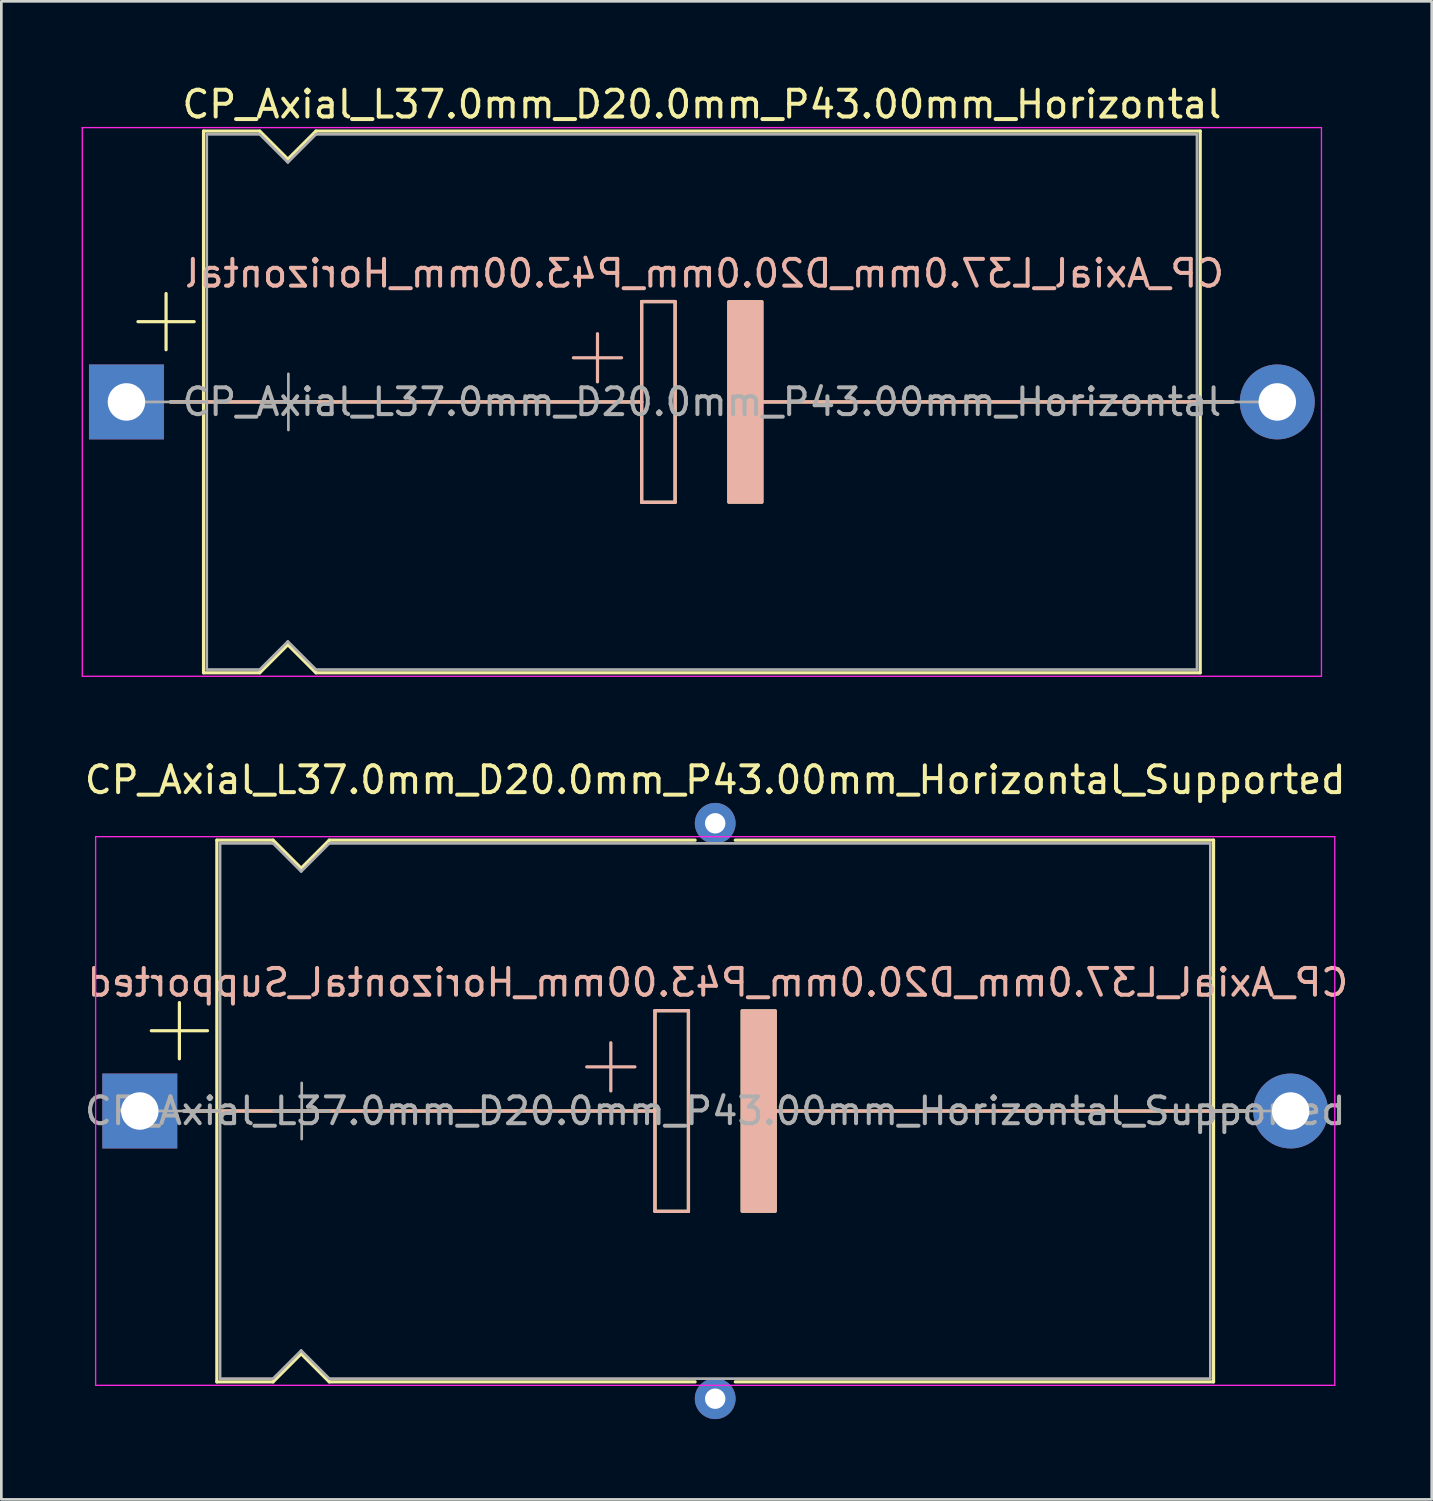
<source format=kicad_pcb>
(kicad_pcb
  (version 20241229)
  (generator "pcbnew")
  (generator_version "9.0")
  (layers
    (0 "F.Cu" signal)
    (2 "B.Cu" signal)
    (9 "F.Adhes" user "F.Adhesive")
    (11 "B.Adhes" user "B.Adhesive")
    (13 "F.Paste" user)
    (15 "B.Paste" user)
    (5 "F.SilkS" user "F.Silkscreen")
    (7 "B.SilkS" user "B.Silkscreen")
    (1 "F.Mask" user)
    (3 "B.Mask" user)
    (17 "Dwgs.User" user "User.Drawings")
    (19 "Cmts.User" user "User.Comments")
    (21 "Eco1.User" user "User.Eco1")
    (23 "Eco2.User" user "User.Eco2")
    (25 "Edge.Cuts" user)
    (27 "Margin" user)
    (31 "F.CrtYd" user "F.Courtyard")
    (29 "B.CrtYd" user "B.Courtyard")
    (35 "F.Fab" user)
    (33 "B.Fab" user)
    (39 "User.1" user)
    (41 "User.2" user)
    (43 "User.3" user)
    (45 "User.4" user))
  (footprint "CP_Axial_L37.0mm_D20.0mm_P43.00mm_Horizontal_Supported"
    (layer "F.Cu")
    (at 2.173 38.462)
    (property "Reference" "CP_Axial_L37.0mm_D20.0mm_P43.00mm_Horizontal_Supported" (at 21.5 -12.37 0) (layer "F.SilkS") (effects (font (size 1 1) (thickness 0.15))))
    (fp_line (start 0.43 -3) (end 2.53 -3) (stroke (width 0.12) (type solid)) (layer "F.SilkS"))
    (fp_line (start 1.48 -4.05) (end 1.48 -1.95) (stroke (width 0.12) (type solid)) (layer "F.SilkS"))
    (fp_line (start 1.64 0) (end 2.88 0) (stroke (width 0.12) (type solid)) (layer "F.SilkS"))
    (fp_line (start 2.88 -10.12) (end 2.88 10.12) (stroke (width 0.12) (type solid)) (layer "F.SilkS"))
    (fp_line (start 2.88 -10.12) (end 4.98 -10.12) (stroke (width 0.12) (type solid)) (layer "F.SilkS"))
    (fp_line (start 2.88 0) (end 19.25 0) (stroke (width 0.12) (type solid)) (layer "F.SilkS"))
    (fp_line (start 2.88 10.12) (end 4.98 10.12) (stroke (width 0.12) (type solid)) (layer "F.SilkS"))
    (fp_line (start 4.98 -10.12) (end 6.03 -9.07) (stroke (width 0.12) (type solid)) (layer "F.SilkS"))
    (fp_line (start 4.98 10.12) (end 6.03 9.07) (stroke (width 0.12) (type solid)) (layer "F.SilkS"))
    (fp_line (start 6.03 -9.07) (end 7.08 -10.12) (stroke (width 0.12) (type solid)) (layer "F.SilkS"))
    (fp_line (start 6.03 9.07) (end 7.08 10.12) (stroke (width 0.12) (type solid)) (layer "F.SilkS"))
    (fp_line (start 7.08 -10.12) (end 20.75 -10.12) (stroke (width 0.12) (type solid)) (layer "F.SilkS"))
    (fp_line (start 7.08 10.12) (end 20.75 10.12) (stroke (width 0.12) (type solid)) (layer "F.SilkS"))
    (fp_line (start 19.25 -3.75) (end 20.5 -3.75) (stroke (width 0.12) (type solid)) (layer "F.SilkS"))
    (fp_line (start 19.25 0) (end 19.25 -3.75) (stroke (width 0.12) (type solid)) (layer "F.SilkS"))
    (fp_line (start 19.25 3.75) (end 19.25 0) (stroke (width 0.12) (type solid)) (layer "F.SilkS"))
    (fp_line (start 20.5 -3.75) (end 20.5 3.75) (stroke (width 0.12) (type solid)) (layer "F.SilkS"))
    (fp_line (start 20.5 3.75) (end 19.25 3.75) (stroke (width 0.12) (type solid)) (layer "F.SilkS"))
    (fp_line (start 22.25 -10.12) (end 40.12 -10.12) (stroke (width 0.12) (type solid)) (layer "F.SilkS"))
    (fp_line (start 22.25 10.12) (end 40.12 10.12) (stroke (width 0.12) (type solid)) (layer "F.SilkS"))
    (fp_line (start 23.75 0) (end 40.12 0) (stroke (width 0.12) (type solid)) (layer "F.SilkS"))
    (fp_line (start 40.12 -10.12) (end 40.12 10.12) (stroke (width 0.12) (type solid)) (layer "F.SilkS"))
    (fp_line (start 41.36 0) (end 40.12 0) (stroke (width 0.12) (type solid)) (layer "F.SilkS"))
    (fp_poly (pts (xy 23.75 3.75) (xy 22.5 3.75) (xy 22.5 -3.75) (xy 23.75 -3.75)) (stroke (width 0.1) (type solid)) (fill yes) (layer "F.SilkS"))
    (fp_line (start 1.65 0) (end 12.38 0) (stroke (width 0.12) (type solid)) (layer "B.SilkS"))
    (fp_line (start 12.38 0) (end 19.25 0) (stroke (width 0.12) (type solid)) (layer "B.SilkS"))
    (fp_line (start 17.6 -2.55) (end 17.6 -0.75) (stroke (width 0.12) (type solid)) (layer "B.SilkS"))
    (fp_line (start 18.5 -1.65) (end 16.7 -1.65) (stroke (width 0.12) (type solid)) (layer "B.SilkS"))
    (fp_line (start 19.25 -3.75) (end 20.5 -3.75) (stroke (width 0.12) (type solid)) (layer "B.SilkS"))
    (fp_line (start 19.25 0) (end 19.25 -3.75) (stroke (width 0.12) (type solid)) (layer "B.SilkS"))
    (fp_line (start 19.25 3.75) (end 19.25 0) (stroke (width 0.12) (type solid)) (layer "B.SilkS"))
    (fp_line (start 20.5 -3.75) (end 20.5 3.75) (stroke (width 0.12) (type solid)) (layer "B.SilkS"))
    (fp_line (start 20.5 3.75) (end 19.25 3.75) (stroke (width 0.12) (type solid)) (layer "B.SilkS"))
    (fp_line (start 23.75 0) (end 30.62 0) (stroke (width 0.12) (type solid)) (layer "B.SilkS"))
    (fp_line (start 41.35 0) (end 30.62 0) (stroke (width 0.12) (type solid)) (layer "B.SilkS"))
    (fp_poly (pts (xy 23.75 3.75) (xy 22.5 3.75) (xy 22.5 -3.75) (xy 23.75 -3.75)) (stroke (width 0.1) (type solid)) (fill yes) (layer "B.SilkS"))
    (fp_line (start -1.65 -10.25) (end -1.65 10.25) (stroke (width 0.05) (type solid)) (layer "F.CrtYd"))
    (fp_line (start -1.65 10.25) (end 44.65 10.25) (stroke (width 0.05) (type solid)) (layer "F.CrtYd"))
    (fp_line (start 44.65 -10.25) (end -1.65 -10.25) (stroke (width 0.05) (type solid)) (layer "F.CrtYd"))
    (fp_line (start 44.65 10.25) (end 44.65 -10.25) (stroke (width 0.05) (type solid)) (layer "F.CrtYd"))
    (fp_line (start 0 0) (end 3 0) (stroke (width 0.1) (type solid)) (layer "F.Fab"))
    (fp_line (start 3 -10) (end 3 10) (stroke (width 0.1) (type solid)) (layer "F.Fab"))
    (fp_line (start 3 -10) (end 4.98 -10) (stroke (width 0.1) (type solid)) (layer "F.Fab"))
    (fp_line (start 3 10) (end 4.98 10) (stroke (width 0.1) (type solid)) (layer "F.Fab"))
    (fp_line (start 4.98 -10) (end 6.03 -8.95) (stroke (width 0.1) (type solid)) (layer "F.Fab"))
    (fp_line (start 4.98 10) (end 6.03 8.95) (stroke (width 0.1) (type solid)) (layer "F.Fab"))
    (fp_line (start 5 0) (end 7.1 0) (stroke (width 0.1) (type solid)) (layer "F.Fab"))
    (fp_line (start 6.03 -8.95) (end 7.08 -10) (stroke (width 0.1) (type solid)) (layer "F.Fab"))
    (fp_line (start 6.03 8.95) (end 7.08 10) (stroke (width 0.1) (type solid)) (layer "F.Fab"))
    (fp_line (start 6.05 -1.05) (end 6.05 1.05) (stroke (width 0.1) (type solid)) (layer "F.Fab"))
    (fp_line (start 7.08 -10) (end 40 -10) (stroke (width 0.1) (type solid)) (layer "F.Fab"))
    (fp_line (start 7.08 10) (end 40 10) (stroke (width 0.1) (type solid)) (layer "F.Fab"))
    (fp_line (start 40 -10) (end 40 10) (stroke (width 0.1) (type solid)) (layer "F.Fab"))
    (fp_line (start 43 0) (end 40 0) (stroke (width 0.1) (type solid)) (layer "F.Fab"))
    (fp_text user "${REFERENCE}" (at 21.6 -4.8 0) (layer "B.SilkS") (effects (font (size 1 1) (thickness 0.15)) (justify mirror)))
    (fp_text user "${REFERENCE}" (at 21.5 0 0) (layer "F.Fab") (effects (font (size 1 1) (thickness 0.15))))
    (pad "" thru_hole circle (at 21.5 -10.75) (size 1.524 1.524) (drill 0.762) (layers "*.Cu" "*.Mask"))
    (pad "" thru_hole circle (at 21.5 10.75) (size 1.524 1.524) (drill 0.762) (layers "*.Cu" "*.Mask"))
    (pad "1" thru_hole rect (at 0 0) (size 2.8 2.8) (drill 1.4) (layers "*.Cu" "*.Mask"))
    (pad "2" thru_hole oval (at 43 0) (size 2.8 2.8) (drill 1.4) (layers "*.Cu" "*.Mask")))
  (footprint "CP_Axial_L37.0mm_D20.0mm_P43.00mm_Horizontal"
    (layer "F.Cu")
    (at 1.675 11.968)
    (property "Reference" "CP_Axial_L37.0mm_D20.0mm_P43.00mm_Horizontal" (at 21.5 -11.12 0) (layer "F.SilkS") (effects (font (size 1 1) (thickness 0.15))))
    (fp_line (start 0.43 -3) (end 2.53 -3) (stroke (width 0.12) (type solid)) (layer "F.SilkS"))
    (fp_line (start 1.48 -4.05) (end 1.48 -1.95) (stroke (width 0.12) (type solid)) (layer "F.SilkS"))
    (fp_line (start 1.64 0) (end 2.88 0) (stroke (width 0.12) (type solid)) (layer "F.SilkS"))
    (fp_line (start 2.88 -10.12) (end 2.88 10.12) (stroke (width 0.12) (type solid)) (layer "F.SilkS"))
    (fp_line (start 2.88 -10.12) (end 4.98 -10.12) (stroke (width 0.12) (type solid)) (layer "F.SilkS"))
    (fp_line (start 2.88 0) (end 19.25 0) (stroke (width 0.12) (type solid)) (layer "F.SilkS"))
    (fp_line (start 2.88 10.12) (end 4.98 10.12) (stroke (width 0.12) (type solid)) (layer "F.SilkS"))
    (fp_line (start 4.98 -10.12) (end 6.03 -9.07) (stroke (width 0.12) (type solid)) (layer "F.SilkS"))
    (fp_line (start 4.98 10.12) (end 6.03 9.07) (stroke (width 0.12) (type solid)) (layer "F.SilkS"))
    (fp_line (start 6.03 -9.07) (end 7.08 -10.12) (stroke (width 0.12) (type solid)) (layer "F.SilkS"))
    (fp_line (start 6.03 9.07) (end 7.08 10.12) (stroke (width 0.12) (type solid)) (layer "F.SilkS"))
    (fp_line (start 7.08 -10.12) (end 40.12 -10.12) (stroke (width 0.12) (type solid)) (layer "F.SilkS"))
    (fp_line (start 7.08 10.12) (end 40.12 10.12) (stroke (width 0.12) (type solid)) (layer "F.SilkS"))
    (fp_line (start 19.25 -3.75) (end 20.5 -3.75) (stroke (width 0.12) (type solid)) (layer "F.SilkS"))
    (fp_line (start 19.25 0) (end 19.25 -3.75) (stroke (width 0.12) (type solid)) (layer "F.SilkS"))
    (fp_line (start 19.25 3.75) (end 19.25 0) (stroke (width 0.12) (type solid)) (layer "F.SilkS"))
    (fp_line (start 20.5 -3.75) (end 20.5 3.75) (stroke (width 0.12) (type solid)) (layer "F.SilkS"))
    (fp_line (start 20.5 3.75) (end 19.25 3.75) (stroke (width 0.12) (type solid)) (layer "F.SilkS"))
    (fp_line (start 23.75 0) (end 40.132 0) (stroke (width 0.12) (type solid)) (layer "F.SilkS"))
    (fp_line (start 40.12 -10.12) (end 40.12 10.12) (stroke (width 0.12) (type solid)) (layer "F.SilkS"))
    (fp_line (start 41.36 0) (end 40.12 0) (stroke (width 0.12) (type solid)) (layer "F.SilkS"))
    (fp_poly (pts (xy 23.75 3.75) (xy 22.5 3.75) (xy 22.5 -3.75) (xy 23.75 -3.75)) (stroke (width 0.1) (type solid)) (fill yes) (layer "F.SilkS"))
    (fp_line (start 1.65 0) (end 12.38 0) (stroke (width 0.12) (type solid)) (layer "B.SilkS"))
    (fp_line (start 12.38 0) (end 19.25 0) (stroke (width 0.12) (type solid)) (layer "B.SilkS"))
    (fp_line (start 17.6 -2.55) (end 17.6 -0.75) (stroke (width 0.12) (type solid)) (layer "B.SilkS"))
    (fp_line (start 18.5 -1.65) (end 16.7 -1.65) (stroke (width 0.12) (type solid)) (layer "B.SilkS"))
    (fp_line (start 19.25 -3.75) (end 20.5 -3.75) (stroke (width 0.12) (type solid)) (layer "B.SilkS"))
    (fp_line (start 19.25 0) (end 19.25 -3.75) (stroke (width 0.12) (type solid)) (layer "B.SilkS"))
    (fp_line (start 19.25 3.75) (end 19.25 0) (stroke (width 0.12) (type solid)) (layer "B.SilkS"))
    (fp_line (start 20.5 -3.75) (end 20.5 3.75) (stroke (width 0.12) (type solid)) (layer "B.SilkS"))
    (fp_line (start 20.5 3.75) (end 19.25 3.75) (stroke (width 0.12) (type solid)) (layer "B.SilkS"))
    (fp_line (start 23.75 0) (end 30.62 0) (stroke (width 0.12) (type solid)) (layer "B.SilkS"))
    (fp_line (start 41.35 0) (end 30.62 0) (stroke (width 0.12) (type solid)) (layer "B.SilkS"))
    (fp_poly (pts (xy 23.75 3.75) (xy 22.5 3.75) (xy 22.5 -3.75) (xy 23.75 -3.75)) (stroke (width 0.1) (type solid)) (fill yes) (layer "B.SilkS"))
    (fp_line (start -1.65 -10.25) (end -1.65 10.25) (stroke (width 0.05) (type solid)) (layer "F.CrtYd"))
    (fp_line (start -1.65 10.25) (end 44.65 10.25) (stroke (width 0.05) (type solid)) (layer "F.CrtYd"))
    (fp_line (start 44.65 -10.25) (end -1.65 -10.25) (stroke (width 0.05) (type solid)) (layer "F.CrtYd"))
    (fp_line (start 44.65 10.25) (end 44.65 -10.25) (stroke (width 0.05) (type solid)) (layer "F.CrtYd"))
    (fp_line (start 0 0) (end 3 0) (stroke (width 0.1) (type solid)) (layer "F.Fab"))
    (fp_line (start 3 -10) (end 3 10) (stroke (width 0.1) (type solid)) (layer "F.Fab"))
    (fp_line (start 3 -10) (end 4.98 -10) (stroke (width 0.1) (type solid)) (layer "F.Fab"))
    (fp_line (start 3 10) (end 4.98 10) (stroke (width 0.1) (type solid)) (layer "F.Fab"))
    (fp_line (start 4.98 -10) (end 6.03 -8.95) (stroke (width 0.1) (type solid)) (layer "F.Fab"))
    (fp_line (start 4.98 10) (end 6.03 8.95) (stroke (width 0.1) (type solid)) (layer "F.Fab"))
    (fp_line (start 5 0) (end 7.1 0) (stroke (width 0.1) (type solid)) (layer "F.Fab"))
    (fp_line (start 6.03 -8.95) (end 7.08 -10) (stroke (width 0.1) (type solid)) (layer "F.Fab"))
    (fp_line (start 6.03 8.95) (end 7.08 10) (stroke (width 0.1) (type solid)) (layer "F.Fab"))
    (fp_line (start 6.05 -1.05) (end 6.05 1.05) (stroke (width 0.1) (type solid)) (layer "F.Fab"))
    (fp_line (start 7.08 -10) (end 40 -10) (stroke (width 0.1) (type solid)) (layer "F.Fab"))
    (fp_line (start 7.08 10) (end 40 10) (stroke (width 0.1) (type solid)) (layer "F.Fab"))
    (fp_line (start 40 -10) (end 40 10) (stroke (width 0.1) (type solid)) (layer "F.Fab"))
    (fp_line (start 43 0) (end 40 0) (stroke (width 0.1) (type solid)) (layer "F.Fab"))
    (fp_text user "${REFERENCE}" (at 21.6 -4.8 0) (layer "B.SilkS") (effects (font (size 1 1) (thickness 0.15)) (justify mirror)))
    (fp_text user "${REFERENCE}" (at 21.5 0 0) (layer "F.Fab") (effects (font (size 1 1) (thickness 0.15))))
    (pad "1" thru_hole rect (at 0 0) (size 2.8 2.8) (drill 1.4) (layers "*.Cu" "*.Mask"))
    (pad "2" thru_hole oval (at 43 0) (size 2.8 2.8) (drill 1.4) (layers "*.Cu" "*.Mask")))
  (gr_rect
    (start -3 -3)
    (end 50.445 52.974)
    (stroke (width 0.1) (type default))
    (fill no)
    (layer "Edge.Cuts")))
</source>
